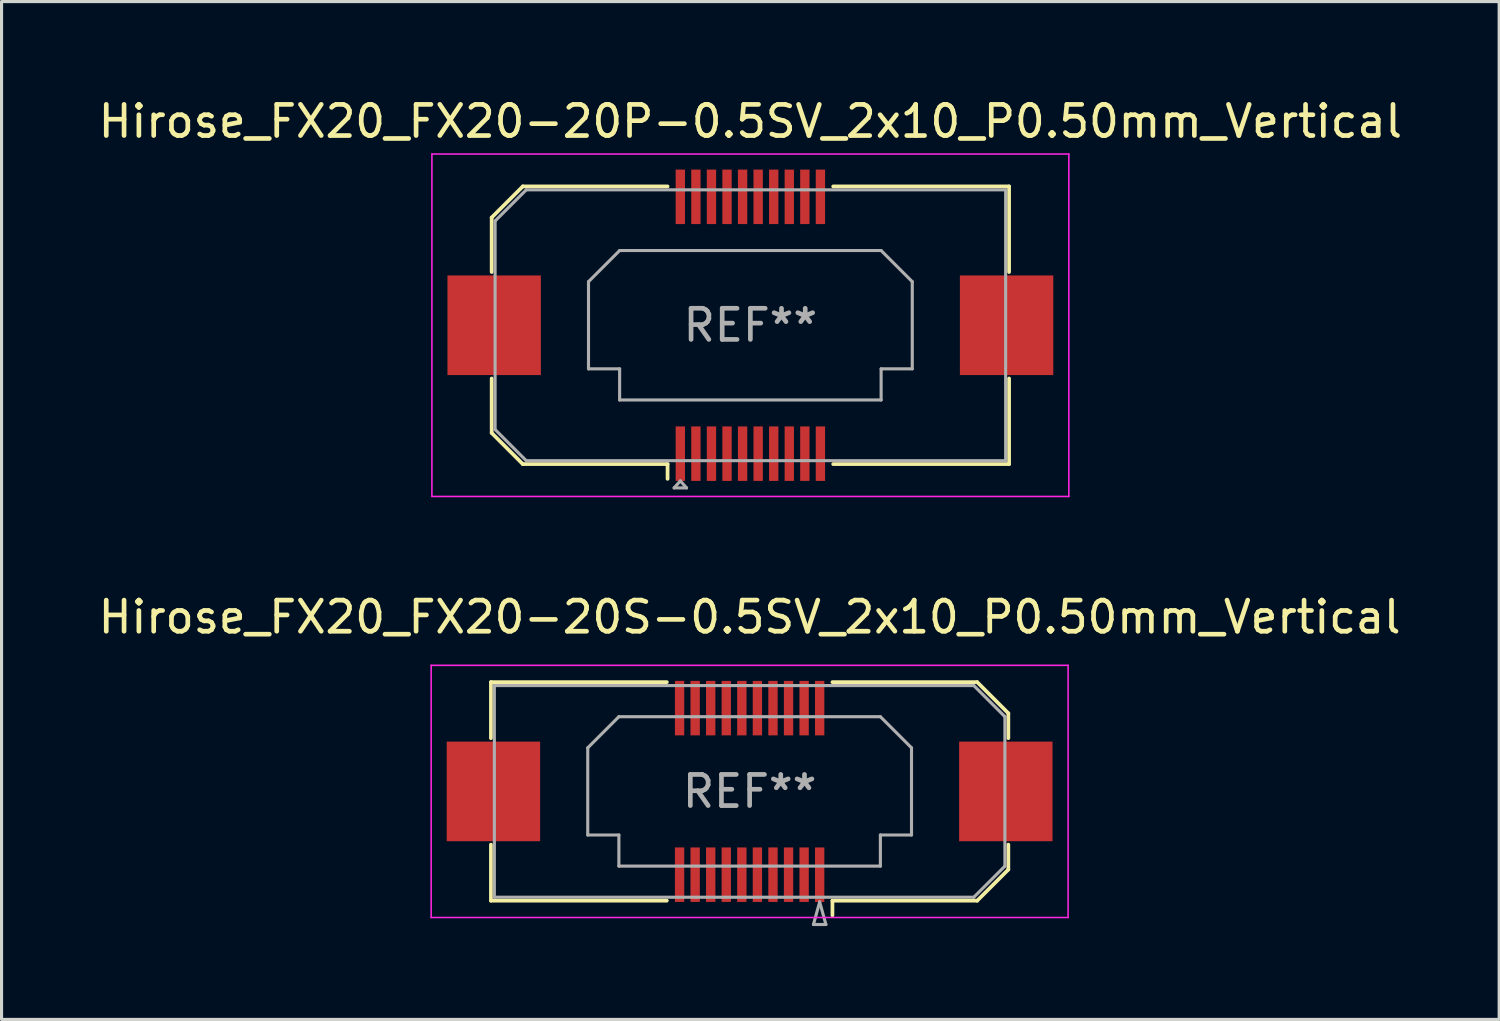
<source format=kicad_pcb>
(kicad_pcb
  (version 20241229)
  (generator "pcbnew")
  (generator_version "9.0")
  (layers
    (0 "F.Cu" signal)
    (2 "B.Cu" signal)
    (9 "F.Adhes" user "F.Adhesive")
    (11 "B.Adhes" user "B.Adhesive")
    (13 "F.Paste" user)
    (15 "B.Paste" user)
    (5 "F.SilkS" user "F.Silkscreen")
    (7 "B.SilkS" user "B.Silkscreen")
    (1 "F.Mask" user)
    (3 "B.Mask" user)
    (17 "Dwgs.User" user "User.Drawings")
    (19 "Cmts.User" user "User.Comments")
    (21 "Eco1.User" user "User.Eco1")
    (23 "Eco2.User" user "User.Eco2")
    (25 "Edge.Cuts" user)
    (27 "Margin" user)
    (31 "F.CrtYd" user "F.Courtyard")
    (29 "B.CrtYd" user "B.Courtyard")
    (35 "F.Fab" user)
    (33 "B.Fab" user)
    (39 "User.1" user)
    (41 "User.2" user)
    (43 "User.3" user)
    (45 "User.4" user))
  (footprint "Hirose_FX20_FX20-20P-0.5SV_2x10_P0.50mm_Vertical"
    (layer "F.Cu")
    (at 21.054 7.398)
    (property "Reference" "Hirose_FX20_FX20-20P-0.5SV_2x10_P0.50mm_Vertical" (at 0 -6.55 0) (layer "F.SilkS") (effects (font (size 1 1) (thickness 0.15))))
    (attr smd)
    (fp_line (start -8.31 -3.46) (end -7.31 -4.46) (stroke (width 0.12) (type solid)) (layer "F.SilkS"))
    (fp_line (start -8.31 -1.71) (end -8.31 -3.46) (stroke (width 0.12) (type solid)) (layer "F.SilkS"))
    (fp_line (start -8.31 3.46) (end -8.31 1.71) (stroke (width 0.12) (type solid)) (layer "F.SilkS"))
    (fp_line (start -7.31 -4.46) (end -2.66 -4.46) (stroke (width 0.12) (type solid)) (layer "F.SilkS"))
    (fp_line (start -7.31 4.46) (end -8.31 3.46) (stroke (width 0.12) (type solid)) (layer "F.SilkS"))
    (fp_line (start -2.66 4.46) (end -7.31 4.46) (stroke (width 0.12) (type solid)) (layer "F.SilkS"))
    (fp_line (start -2.66 4.933) (end -2.66 4.46) (stroke (width 0.12) (type solid)) (layer "F.SilkS"))
    (fp_line (start 2.66 4.46) (end 8.31 4.46) (stroke (width 0.12) (type solid)) (layer "F.SilkS"))
    (fp_line (start 8.31 -4.46) (end 2.66 -4.46) (stroke (width 0.12) (type solid)) (layer "F.SilkS"))
    (fp_line (start 8.31 -1.71) (end 8.31 -4.46) (stroke (width 0.12) (type solid)) (layer "F.SilkS"))
    (fp_line (start 8.31 4.46) (end 8.31 1.71) (stroke (width 0.12) (type solid)) (layer "F.SilkS"))
    (fp_line (start -10.23 -5.5) (end -10.23 5.5) (stroke (width 0.05) (type solid)) (layer "F.CrtYd"))
    (fp_line (start -10.23 5.5) (end 10.23 5.5) (stroke (width 0.05) (type solid)) (layer "F.CrtYd"))
    (fp_line (start 10.23 -5.5) (end -10.23 -5.5) (stroke (width 0.05) (type solid)) (layer "F.CrtYd"))
    (fp_line (start 10.23 5.5) (end 10.23 -5.5) (stroke (width 0.05) (type solid)) (layer "F.CrtYd"))
    (fp_line (start -8.2 -3.35) (end -7.2 -4.35) (stroke (width 0.1) (type solid)) (layer "F.Fab"))
    (fp_line (start -8.2 3.35) (end -8.2 -3.35) (stroke (width 0.1) (type solid)) (layer "F.Fab"))
    (fp_line (start -7.2 -4.35) (end 8.2 -4.35) (stroke (width 0.1) (type solid)) (layer "F.Fab"))
    (fp_line (start -7.2 4.35) (end -8.2 3.35) (stroke (width 0.1) (type solid)) (layer "F.Fab"))
    (fp_line (start -5.2 -1.4) (end -4.2 -2.4) (stroke (width 0.1) (type solid)) (layer "F.Fab"))
    (fp_line (start -5.2 1.4) (end -5.2 -1.4) (stroke (width 0.1) (type solid)) (layer "F.Fab"))
    (fp_line (start -4.2 -2.4) (end 4.2 -2.4) (stroke (width 0.1) (type solid)) (layer "F.Fab"))
    (fp_line (start -4.2 1.4) (end -5.2 1.4) (stroke (width 0.1) (type solid)) (layer "F.Fab"))
    (fp_line (start -4.2 2.4) (end -4.2 1.4) (stroke (width 0.1) (type solid)) (layer "F.Fab"))
    (fp_line (start -2.45 5.225) (end -2.25 5) (stroke (width 0.1) (type solid)) (layer "F.Fab"))
    (fp_line (start -2.25 5) (end -2.05 5.225) (stroke (width 0.1) (type solid)) (layer "F.Fab"))
    (fp_line (start -2.05 5.225) (end -2.45 5.225) (stroke (width 0.1) (type solid)) (layer "F.Fab"))
    (fp_line (start 4.2 -2.4) (end 5.2 -1.4) (stroke (width 0.1) (type solid)) (layer "F.Fab"))
    (fp_line (start 4.2 1.4) (end 4.2 2.4) (stroke (width 0.1) (type solid)) (layer "F.Fab"))
    (fp_line (start 4.2 2.4) (end -4.2 2.4) (stroke (width 0.1) (type solid)) (layer "F.Fab"))
    (fp_line (start 5.2 -1.4) (end 5.2 1.4) (stroke (width 0.1) (type solid)) (layer "F.Fab"))
    (fp_line (start 5.2 1.4) (end 4.2 1.4) (stroke (width 0.1) (type solid)) (layer "F.Fab"))
    (fp_line (start 8.2 -4.35) (end 8.2 4.35) (stroke (width 0.1) (type solid)) (layer "F.Fab"))
    (fp_line (start 8.2 4.35) (end -7.2 4.35) (stroke (width 0.1) (type solid)) (layer "F.Fab"))
    (fp_text user "REF**" (at 0 0 0) (layer "F.Fab") (effects (font (size 1 1) (thickness 0.15))))
    (pad "" smd rect (at -8.23 0) (size 2.98 3.18) (layers "F.Paste"))
    (pad "" smd rect (at -8.23 0) (size 3 3.2) (layers "F.Cu" "F.Mask"))
    (pad "" smd rect (at -2.25 -4.325) (size 0.28 1.35) (layers "F.Paste"))
    (pad "" smd rect (at -2.25 4.325) (size 0.28 1.35) (layers "F.Paste"))
    (pad "" smd rect (at -1.75 -4.325) (size 0.28 1.35) (layers "F.Paste"))
    (pad "" smd rect (at -1.75 4.325) (size 0.28 1.35) (layers "F.Paste"))
    (pad "" smd rect (at -1.25 -4.325) (size 0.28 1.35) (layers "F.Paste"))
    (pad "" smd rect (at -1.25 4.325) (size 0.28 1.35) (layers "F.Paste"))
    (pad "" smd rect (at -0.75 -4.325) (size 0.28 1.35) (layers "F.Paste"))
    (pad "" smd rect (at -0.75 4.325) (size 0.28 1.35) (layers "F.Paste"))
    (pad "" smd rect (at -0.25 -4.325) (size 0.28 1.35) (layers "F.Paste"))
    (pad "" smd rect (at -0.25 4.325) (size 0.28 1.35) (layers "F.Paste"))
    (pad "" smd rect (at 0.25 -4.325) (size 0.28 1.35) (layers "F.Paste"))
    (pad "" smd rect (at 0.25 4.325) (size 0.28 1.35) (layers "F.Paste"))
    (pad "" smd rect (at 0.75 -4.325) (size 0.28 1.35) (layers "F.Paste"))
    (pad "" smd rect (at 0.75 4.325) (size 0.28 1.35) (layers "F.Paste"))
    (pad "" smd rect (at 1.25 -4.325) (size 0.28 1.35) (layers "F.Paste"))
    (pad "" smd rect (at 1.25 4.325) (size 0.28 1.35) (layers "F.Paste"))
    (pad "" smd rect (at 1.75 -4.325) (size 0.28 1.35) (layers "F.Paste"))
    (pad "" smd rect (at 1.75 4.325) (size 0.28 1.35) (layers "F.Paste"))
    (pad "" smd rect (at 2.25 -4.325) (size 0.28 1.35) (layers "F.Paste"))
    (pad "" smd rect (at 2.25 4.325) (size 0.28 1.35) (layers "F.Paste"))
    (pad "" smd rect (at 8.23 0) (size 2.98 3.18) (layers "F.Paste"))
    (pad "" smd rect (at 8.23 0) (size 3 3.2) (layers "F.Cu" "F.Mask"))
    (pad "1" smd rect (at -2.25 4.125) (size 0.3 1.75) (layers "F.Cu" "F.Mask"))
    (pad "2" smd rect (at -2.25 -4.125) (size 0.3 1.75) (layers "F.Cu" "F.Mask"))
    (pad "3" smd rect (at -1.75 4.125) (size 0.3 1.75) (layers "F.Cu" "F.Mask"))
    (pad "4" smd rect (at -1.75 -4.125) (size 0.3 1.75) (layers "F.Cu" "F.Mask"))
    (pad "5" smd rect (at -1.25 4.125) (size 0.3 1.75) (layers "F.Cu" "F.Mask"))
    (pad "6" smd rect (at -1.25 -4.125) (size 0.3 1.75) (layers "F.Cu" "F.Mask"))
    (pad "7" smd rect (at -0.75 4.125) (size 0.3 1.75) (layers "F.Cu" "F.Mask"))
    (pad "8" smd rect (at -0.75 -4.125) (size 0.3 1.75) (layers "F.Cu" "F.Mask"))
    (pad "9" smd rect (at -0.25 4.125) (size 0.3 1.75) (layers "F.Cu" "F.Mask"))
    (pad "10" smd rect (at -0.25 -4.125) (size 0.3 1.75) (layers "F.Cu" "F.Mask"))
    (pad "11" smd rect (at 0.25 4.125) (size 0.3 1.75) (layers "F.Cu" "F.Mask"))
    (pad "12" smd rect (at 0.25 -4.125) (size 0.3 1.75) (layers "F.Cu" "F.Mask"))
    (pad "13" smd rect (at 0.75 4.125) (size 0.3 1.75) (layers "F.Cu" "F.Mask"))
    (pad "14" smd rect (at 0.75 -4.125) (size 0.3 1.75) (layers "F.Cu" "F.Mask"))
    (pad "15" smd rect (at 1.25 4.125) (size 0.3 1.75) (layers "F.Cu" "F.Mask"))
    (pad "16" smd rect (at 1.25 -4.125) (size 0.3 1.75) (layers "F.Cu" "F.Mask"))
    (pad "17" smd rect (at 1.75 4.125) (size 0.3 1.75) (layers "F.Cu" "F.Mask"))
    (pad "18" smd rect (at 1.75 -4.125) (size 0.3 1.75) (layers "F.Cu" "F.Mask"))
    (pad "19" smd rect (at 2.25 4.125) (size 0.3 1.75) (layers "F.Cu" "F.Mask"))
    (pad "20" smd rect (at 2.25 -4.125) (size 0.3 1.75) (layers "F.Cu" "F.Mask")))
  (footprint "Hirose_FX20_FX20-20S-0.5SV_2x10_P0.50mm_Vertical"
    (layer "F.Cu")
    (at 21.03 22.372)
    (property "Reference" "Hirose_FX20_FX20-20S-0.5SV_2x10_P0.50mm_Vertical" (at 0 -5.6 0) (layer "F.SilkS") (effects (font (size 1 1) (thickness 0.15))))
    (attr smd)
    (fp_line (start -8.31 -3.51) (end -2.66 -3.51) (stroke (width 0.12) (type solid)) (layer "F.SilkS"))
    (fp_line (start -8.31 -1.71) (end -8.31 -3.51) (stroke (width 0.12) (type solid)) (layer "F.SilkS"))
    (fp_line (start -8.31 3.51) (end -8.31 1.71) (stroke (width 0.12) (type solid)) (layer "F.SilkS"))
    (fp_line (start -2.66 3.51) (end -8.31 3.51) (stroke (width 0.12) (type solid)) (layer "F.SilkS"))
    (fp_line (start 2.66 3.51) (end 7.31 3.51) (stroke (width 0.12) (type solid)) (layer "F.SilkS"))
    (fp_line (start 2.66 3.983) (end 2.66 3.51) (stroke (width 0.12) (type solid)) (layer "F.SilkS"))
    (fp_line (start 7.31 -3.51) (end 2.66 -3.51) (stroke (width 0.12) (type solid)) (layer "F.SilkS"))
    (fp_line (start 7.31 3.51) (end 8.31 2.51) (stroke (width 0.12) (type solid)) (layer "F.SilkS"))
    (fp_line (start 8.31 -2.51) (end 7.31 -3.51) (stroke (width 0.12) (type solid)) (layer "F.SilkS"))
    (fp_line (start 8.31 -1.71) (end 8.31 -2.51) (stroke (width 0.12) (type solid)) (layer "F.SilkS"))
    (fp_line (start 8.31 2.51) (end 8.31 1.71) (stroke (width 0.12) (type solid)) (layer "F.SilkS"))
    (fp_line (start -10.23 -4.05) (end -10.23 4.05) (stroke (width 0.05) (type solid)) (layer "F.CrtYd"))
    (fp_line (start -10.23 4.05) (end 10.23 4.05) (stroke (width 0.05) (type solid)) (layer "F.CrtYd"))
    (fp_line (start 10.23 -4.05) (end -10.23 -4.05) (stroke (width 0.05) (type solid)) (layer "F.CrtYd"))
    (fp_line (start 10.23 4.05) (end 10.23 -4.05) (stroke (width 0.05) (type solid)) (layer "F.CrtYd"))
    (fp_line (start -8.2 -3.4) (end 7.2 -3.4) (stroke (width 0.1) (type solid)) (layer "F.Fab"))
    (fp_line (start -8.2 3.4) (end -8.2 -3.4) (stroke (width 0.1) (type solid)) (layer "F.Fab"))
    (fp_line (start -5.2 -1.4) (end -4.2 -2.4) (stroke (width 0.1) (type solid)) (layer "F.Fab"))
    (fp_line (start -5.2 1.4) (end -5.2 -1.4) (stroke (width 0.1) (type solid)) (layer "F.Fab"))
    (fp_line (start -4.2 -2.4) (end 4.2 -2.4) (stroke (width 0.1) (type solid)) (layer "F.Fab"))
    (fp_line (start -4.2 1.4) (end -5.2 1.4) (stroke (width 0.1) (type solid)) (layer "F.Fab"))
    (fp_line (start -4.2 2.4) (end -4.2 1.4) (stroke (width 0.1) (type solid)) (layer "F.Fab"))
    (fp_line (start 2.05 4.275) (end 2.45 4.275) (stroke (width 0.1) (type solid)) (layer "F.Fab"))
    (fp_line (start 2.25 3.55) (end 2.05 4.275) (stroke (width 0.1) (type solid)) (layer "F.Fab"))
    (fp_line (start 2.45 4.275) (end 2.25 3.55) (stroke (width 0.1) (type solid)) (layer "F.Fab"))
    (fp_line (start 4.2 -2.4) (end 5.2 -1.4) (stroke (width 0.1) (type solid)) (layer "F.Fab"))
    (fp_line (start 4.2 1.4) (end 4.2 2.4) (stroke (width 0.1) (type solid)) (layer "F.Fab"))
    (fp_line (start 4.2 2.4) (end -4.2 2.4) (stroke (width 0.1) (type solid)) (layer "F.Fab"))
    (fp_line (start 5.2 -1.4) (end 5.2 1.4) (stroke (width 0.1) (type solid)) (layer "F.Fab"))
    (fp_line (start 5.2 1.4) (end 4.2 1.4) (stroke (width 0.1) (type solid)) (layer "F.Fab"))
    (fp_line (start 7.2 -3.4) (end 8.2 -2.4) (stroke (width 0.1) (type solid)) (layer "F.Fab"))
    (fp_line (start 7.2 3.4) (end -8.2 3.4) (stroke (width 0.1) (type solid)) (layer "F.Fab"))
    (fp_line (start 8.2 -2.4) (end 8.2 2.4) (stroke (width 0.1) (type solid)) (layer "F.Fab"))
    (fp_line (start 8.2 2.4) (end 7.2 3.4) (stroke (width 0.1) (type solid)) (layer "F.Fab"))
    (fp_text user "REF**" (at 0 0 0) (layer "F.Fab") (effects (font (size 1 1) (thickness 0.15))))
    (pad "" smd rect (at -8.23 0) (size 2.98 3.18) (layers "F.Paste"))
    (pad "" smd rect (at -8.23 0) (size 3 3.2) (layers "F.Cu" "F.Mask"))
    (pad "" smd rect (at -2.25 -2.875) (size 0.28 1.35) (layers "F.Paste"))
    (pad "" smd rect (at -2.25 2.875) (size 0.28 1.35) (layers "F.Paste"))
    (pad "" smd rect (at -1.75 -2.875) (size 0.28 1.35) (layers "F.Paste"))
    (pad "" smd rect (at -1.75 2.875) (size 0.28 1.35) (layers "F.Paste"))
    (pad "" smd rect (at -1.25 -2.875) (size 0.28 1.35) (layers "F.Paste"))
    (pad "" smd rect (at -1.25 2.875) (size 0.28 1.35) (layers "F.Paste"))
    (pad "" smd rect (at -0.75 -2.875) (size 0.28 1.35) (layers "F.Paste"))
    (pad "" smd rect (at -0.75 2.875) (size 0.28 1.35) (layers "F.Paste"))
    (pad "" smd rect (at -0.25 -2.875) (size 0.28 1.35) (layers "F.Paste"))
    (pad "" smd rect (at -0.25 2.875) (size 0.28 1.35) (layers "F.Paste"))
    (pad "" smd rect (at 0.25 -2.875) (size 0.28 1.35) (layers "F.Paste"))
    (pad "" smd rect (at 0.25 2.875) (size 0.28 1.35) (layers "F.Paste"))
    (pad "" smd rect (at 0.75 -2.875) (size 0.28 1.35) (layers "F.Paste"))
    (pad "" smd rect (at 0.75 2.875) (size 0.28 1.35) (layers "F.Paste"))
    (pad "" smd rect (at 1.25 -2.875) (size 0.28 1.35) (layers "F.Paste"))
    (pad "" smd rect (at 1.25 2.875) (size 0.28 1.35) (layers "F.Paste"))
    (pad "" smd rect (at 1.75 -2.875) (size 0.28 1.35) (layers "F.Paste"))
    (pad "" smd rect (at 1.75 2.875) (size 0.28 1.35) (layers "F.Paste"))
    (pad "" smd rect (at 2.25 -2.875) (size 0.28 1.35) (layers "F.Paste"))
    (pad "" smd rect (at 2.25 2.875) (size 0.28 1.35) (layers "F.Paste"))
    (pad "" smd rect (at 8.23 0) (size 2.98 3.18) (layers "F.Paste"))
    (pad "" smd rect (at 8.23 0) (size 3 3.2) (layers "F.Cu" "F.Mask"))
    (pad "1" smd rect (at 2.25 2.675) (size 0.3 1.75) (layers "F.Cu" "F.Mask"))
    (pad "2" smd rect (at 2.25 -2.675) (size 0.3 1.75) (layers "F.Cu" "F.Mask"))
    (pad "3" smd rect (at 1.75 2.675) (size 0.3 1.75) (layers "F.Cu" "F.Mask"))
    (pad "4" smd rect (at 1.75 -2.675) (size 0.3 1.75) (layers "F.Cu" "F.Mask"))
    (pad "5" smd rect (at 1.25 2.675) (size 0.3 1.75) (layers "F.Cu" "F.Mask"))
    (pad "6" smd rect (at 1.25 -2.675) (size 0.3 1.75) (layers "F.Cu" "F.Mask"))
    (pad "7" smd rect (at 0.75 2.675) (size 0.3 1.75) (layers "F.Cu" "F.Mask"))
    (pad "8" smd rect (at 0.75 -2.675) (size 0.3 1.75) (layers "F.Cu" "F.Mask"))
    (pad "9" smd rect (at 0.25 2.675) (size 0.3 1.75) (layers "F.Cu" "F.Mask"))
    (pad "10" smd rect (at 0.25 -2.675) (size 0.3 1.75) (layers "F.Cu" "F.Mask"))
    (pad "11" smd rect (at -0.25 2.675) (size 0.3 1.75) (layers "F.Cu" "F.Mask"))
    (pad "12" smd rect (at -0.25 -2.675) (size 0.3 1.75) (layers "F.Cu" "F.Mask"))
    (pad "13" smd rect (at -0.75 2.675) (size 0.3 1.75) (layers "F.Cu" "F.Mask"))
    (pad "14" smd rect (at -0.75 -2.675) (size 0.3 1.75) (layers "F.Cu" "F.Mask"))
    (pad "15" smd rect (at -1.25 2.675) (size 0.3 1.75) (layers "F.Cu" "F.Mask"))
    (pad "16" smd rect (at -1.25 -2.675) (size 0.3 1.75) (layers "F.Cu" "F.Mask"))
    (pad "17" smd rect (at -1.75 2.675) (size 0.3 1.75) (layers "F.Cu" "F.Mask"))
    (pad "18" smd rect (at -1.75 -2.675) (size 0.3 1.75) (layers "F.Cu" "F.Mask"))
    (pad "19" smd rect (at -2.25 2.675) (size 0.3 1.75) (layers "F.Cu" "F.Mask"))
    (pad "20" smd rect (at -2.25 -2.675) (size 0.3 1.75) (layers "F.Cu" "F.Mask")))
  (gr_rect
    (start -3 -3)
    (end 45.107 29.697)
    (stroke (width 0.1) (type default))
    (fill no)
    (layer "Edge.Cuts")))
</source>
